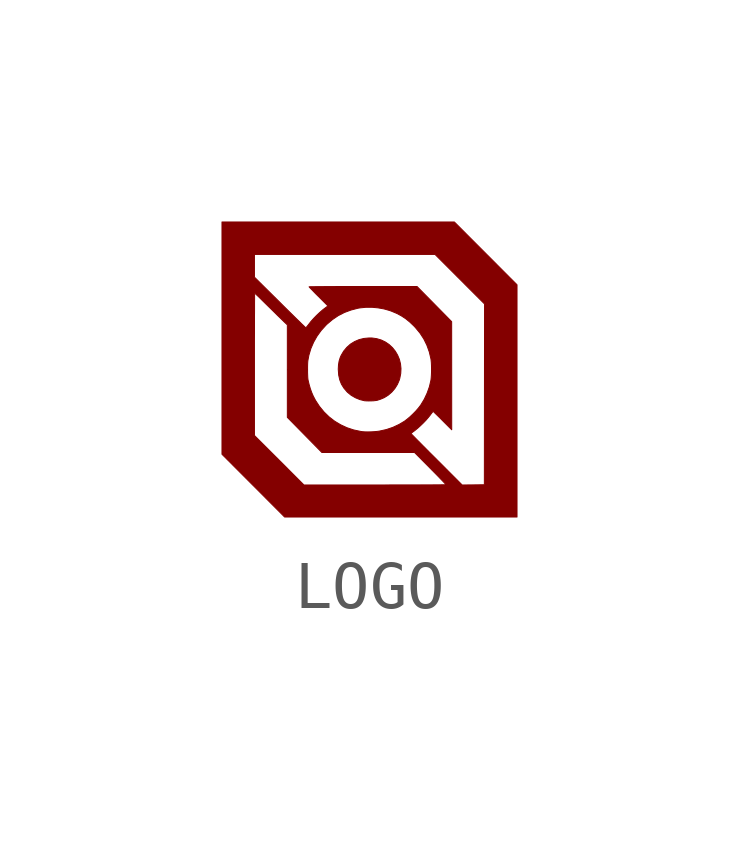
<source format=kicad_sym>
(kicad_symbol_lib
  (version 20210619)
  (generator bitmap2component)
  (symbol "LOGO"
    (pin_names
      (offset 1.016))
    (property "Reference" "#G"
      (at 0 2.616 0)
      (effects (font (size 1.27 1.27)) hide))
    (symbol "LOGO_0_0"
      (polyline (pts (xy 3.003 1.738) (xy 2.351 2.392) (xy 1.698 3.046) (xy -3.14 3.046) (xy -3.14 2.37) (xy -2.464 2.37) (xy 1.296 2.37) (xy 2.327 1.339) (xy 2.325 -0.543) (xy 2.323 -2.425) (xy 2.092 -2.428) (xy 1.861 -2.43) (xy 1.258 -1.826) (xy 1.181 -1.75) (xy 1.11 -1.678) (xy 1.043 -1.611) (xy 0.983 -1.55) (xy 0.929 -1.496) (xy 0.884 -1.45) (xy 0.847 -1.412) (xy 0.819 -1.384) (xy 0.802 -1.366) (xy 0.796 -1.359) (xy 0.8 -1.354) (xy 0.816 -1.341) (xy 0.84 -1.322) (xy 0.871 -1.3) (xy 0.883 -1.29) (xy 0.936 -1.247) (xy 0.993 -1.195) (xy 1.052 -1.138) (xy 1.108 -1.08) (xy 1.157 -1.023) (xy 1.197 -0.973) (xy 1.215 -0.948) (xy 1.235 -0.922) (xy 1.25 -0.905) (xy 1.257 -0.898) (xy 1.259 -0.9) (xy 1.272 -0.911) (xy 1.294 -0.933) (xy 1.325 -0.963) (xy 1.363 -1) (xy 1.406 -1.042) (xy 1.452 -1.089) (xy 1.643 -1.28) (xy 1.642 0.971) (xy 1.282 1.337) (xy 0.922 1.702) (xy -0.246 1.702) (xy -0.382 1.702) (xy -0.512 1.702) (xy -0.637 1.702) (xy -0.754 1.702) (xy -0.864 1.701) (xy -0.964 1.701) (xy -1.054 1.7) (xy -1.133 1.7) (xy -1.2 1.699) (xy -1.254 1.698) (xy -1.293 1.698) (xy -1.318 1.697) (xy -1.326 1.696) (xy -1.324 1.693) (xy -1.312 1.679) (xy -1.289 1.655) (xy -1.258 1.624) (xy -1.221 1.585) (xy -1.178 1.541) (xy -1.13 1.494) (xy -0.934 1.298) (xy -1.017 1.236) (xy -1.044 1.215) (xy -1.105 1.162) (xy -1.169 1.102) (xy -1.231 1.038) (xy -1.288 0.974) (xy -1.334 0.915) (xy -1.352 0.892) (xy -1.372 0.867) (xy -1.387 0.849) (xy -1.394 0.843) (xy -1.399 0.847) (xy -1.416 0.863) (xy -1.443 0.889) (xy -1.48 0.924) (xy -1.525 0.969) (xy -1.579 1.021) (xy -1.639 1.08) (xy -1.705 1.145) (xy -1.777 1.216) (xy -1.853 1.291) (xy -1.932 1.37) (xy -2.464 1.897) (xy -2.464 2.37) (xy -3.14 2.37) (xy -3.14 0.287) (xy -2.464 0.287) (xy -2.464 0.438) (xy -2.464 0.584) (xy -2.463 0.724) (xy -2.463 0.855) (xy -2.463 0.978) (xy -2.463 1.092) (xy -2.462 1.196) (xy -2.462 1.289) (xy -2.462 1.37) (xy -2.461 1.438) (xy -2.461 1.492) (xy -2.461 1.532) (xy -2.46 1.557) (xy -2.46 1.566) (xy -2.455 1.562) (xy -2.44 1.548) (xy -2.415 1.524) (xy -2.381 1.492) (xy -2.34 1.452) (xy -2.293 1.405) (xy -2.24 1.353) (xy -2.184 1.298) (xy -2.151 1.266) (xy -2.092 1.208) (xy -2.036 1.153) (xy -1.984 1.101) (xy -1.937 1.056) (xy -1.897 1.017) (xy -1.866 0.987) (xy -1.846 0.967) (xy -1.779 0.904) (xy -1.779 -0.031) (xy -1.358 -0.031) (xy -1.358 0.026) (xy -1.357 0.079) (xy -1.355 0.124) (xy -1.352 0.158) (xy -1.33 0.274) (xy -1.289 0.411) (xy -1.232 0.543) (xy -1.161 0.668) (xy -1.076 0.786) (xy -0.978 0.894) (xy -0.954 0.918) (xy -0.84 1.014) (xy -0.719 1.096) (xy -0.59 1.162) (xy -0.452 1.213) (xy -0.306 1.251) (xy -0.261 1.258) (xy -0.142 1.27) (xy -0.017 1.27) (xy 0.11 1.258) (xy 0.233 1.236) (xy 0.349 1.203) (xy 0.391 1.188) (xy 0.498 1.143) (xy 0.594 1.092) (xy 0.684 1.033) (xy 0.77 0.963) (xy 0.857 0.88) (xy 0.888 0.847) (xy 0.983 0.732) (xy 1.063 0.609) (xy 1.127 0.478) (xy 1.177 0.339) (xy 1.211 0.193) (xy 1.214 0.172) (xy 1.219 0.12) (xy 1.222 0.058) (xy 1.223 -0.01) (xy 1.223 -0.079) (xy 1.22 -0.144) (xy 1.216 -0.202) (xy 1.211 -0.248) (xy 1.21 -0.251) (xy 1.179 -0.384) (xy 1.132 -0.516) (xy 1.072 -0.644) (xy 1 -0.763) (xy 0.993 -0.773) (xy 0.949 -0.83) (xy 0.895 -0.892) (xy 0.835 -0.953) (xy 0.773 -1.012) (xy 0.713 -1.062) (xy 0.659 -1.103) (xy 0.548 -1.169) (xy 0.418 -1.23) (xy 0.282 -1.276) (xy 0.138 -1.308) (xy 0.095 -1.314) (xy 0.031 -1.32) (xy -0.038 -1.324) (xy -0.106 -1.325) (xy -0.168 -1.324) (xy -0.218 -1.32) (xy -0.251 -1.315) (xy -0.398 -1.284) (xy -0.537 -1.238) (xy -0.67 -1.176) (xy -0.795 -1.101) (xy -0.91 -1.012) (xy -1.015 -0.91) (xy -1.109 -0.796) (xy -1.191 -0.671) (xy -1.205 -0.645) (xy -1.242 -0.574) (xy -1.273 -0.502) (xy -1.3 -0.426) (xy -1.325 -0.341) (xy -1.348 -0.244) (xy -1.351 -0.226) (xy -1.354 -0.19) (xy -1.356 -0.143) (xy -1.358 -0.089) (xy -1.358 -0.031) (xy -1.779 -0.031) (xy -1.779 -0.059) (xy -1.779 -1.022) (xy -1.419 -1.388) (xy -1.059 -1.754) (xy 0.87 -1.754) (xy 1.2 -2.087) (xy 1.237 -2.125) (xy 1.297 -2.185) (xy 1.352 -2.241) (xy 1.401 -2.292) (xy 1.444 -2.336) (xy 1.478 -2.372) (xy 1.504 -2.4) (xy 1.52 -2.418) (xy 1.525 -2.425) (xy 1.524 -2.425) (xy 1.511 -2.425) (xy 1.482 -2.426) (xy 1.437 -2.426) (xy 1.379 -2.427) (xy 1.307 -2.427) (xy 1.222 -2.428) (xy 1.126 -2.428) (xy 1.019 -2.428) (xy 0.902 -2.429) (xy 0.777 -2.429) (xy 0.643 -2.429) (xy 0.502 -2.429) (xy 0.354 -2.429) (xy 0.201 -2.43) (xy -1.433 -2.43) (xy -1.948 -1.914) (xy -2.464 -1.399) (xy -2.464 0.287) (xy -3.14 0.287) (xy -3.14 -1.79) (xy -2.488 -2.443) (xy -1.836 -3.097) (xy 3.003 -3.097) (xy 3.003 1.738)) (stroke (width 0.01)) (fill (type outline)))
      (polyline (pts (xy -0.033 -0.679) (xy 0.016 -0.677) (xy 0.059 -0.672) (xy 0.09 -0.667) (xy 0.113 -0.66) (xy 0.147 -0.649) (xy 0.181 -0.636) (xy 0.241 -0.61) (xy 0.322 -0.559) (xy 0.396 -0.495) (xy 0.46 -0.42) (xy 0.512 -0.337) (xy 0.551 -0.247) (xy 0.562 -0.21) (xy 0.582 -0.108) (xy 0.587 -0.007) (xy 0.577 0.091) (xy 0.554 0.185) (xy 0.517 0.273) (xy 0.469 0.355) (xy 0.41 0.429) (xy 0.34 0.494) (xy 0.262 0.547) (xy 0.175 0.589) (xy 0.08 0.617) (xy -0.021 0.631) (xy -0.079 0.631) (xy -0.185 0.621) (xy -0.286 0.596) (xy -0.379 0.556) (xy -0.465 0.503) (xy -0.54 0.436) (xy -0.606 0.357) (xy -0.659 0.267) (xy -0.678 0.224) (xy -0.701 0.151) (xy -0.714 0.072) (xy -0.719 -0.016) (xy -0.718 -0.035) (xy -0.71 -0.143) (xy -0.688 -0.241) (xy -0.653 -0.33) (xy -0.603 -0.411) (xy -0.539 -0.487) (xy -0.524 -0.502) (xy -0.448 -0.564) (xy -0.361 -0.614) (xy -0.268 -0.652) (xy -0.173 -0.676) (xy -0.168 -0.676) (xy -0.13 -0.679) (xy -0.084 -0.68) (xy -0.033 -0.679)) (stroke (width 0.01)) (fill (type outline))))))
</source>
